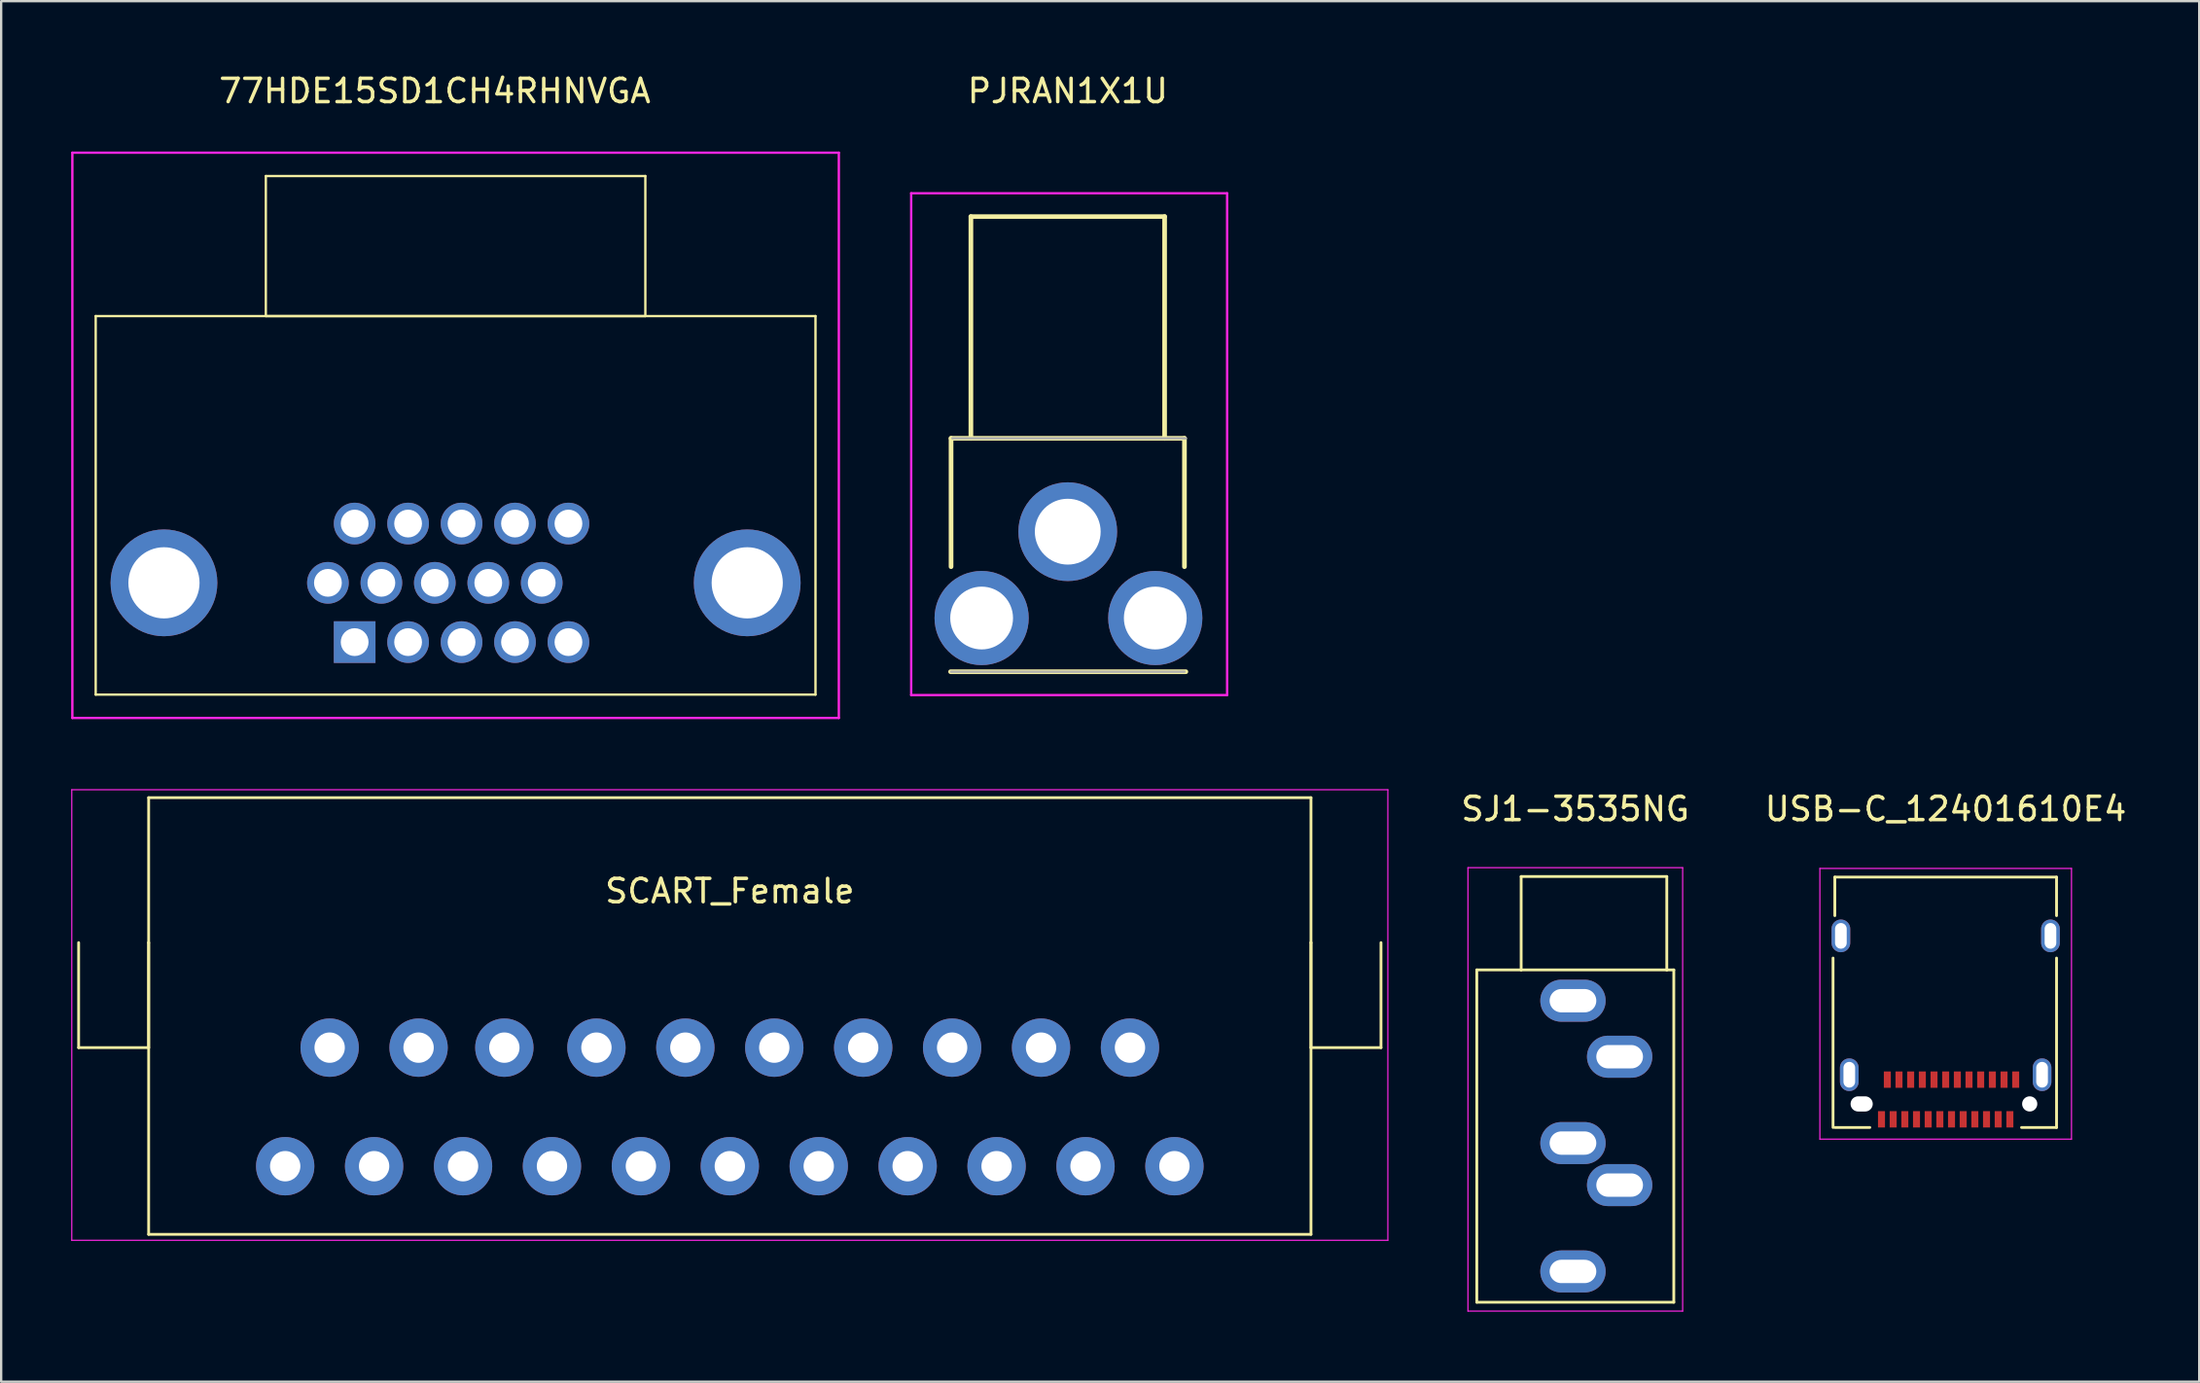
<source format=kicad_pcb>
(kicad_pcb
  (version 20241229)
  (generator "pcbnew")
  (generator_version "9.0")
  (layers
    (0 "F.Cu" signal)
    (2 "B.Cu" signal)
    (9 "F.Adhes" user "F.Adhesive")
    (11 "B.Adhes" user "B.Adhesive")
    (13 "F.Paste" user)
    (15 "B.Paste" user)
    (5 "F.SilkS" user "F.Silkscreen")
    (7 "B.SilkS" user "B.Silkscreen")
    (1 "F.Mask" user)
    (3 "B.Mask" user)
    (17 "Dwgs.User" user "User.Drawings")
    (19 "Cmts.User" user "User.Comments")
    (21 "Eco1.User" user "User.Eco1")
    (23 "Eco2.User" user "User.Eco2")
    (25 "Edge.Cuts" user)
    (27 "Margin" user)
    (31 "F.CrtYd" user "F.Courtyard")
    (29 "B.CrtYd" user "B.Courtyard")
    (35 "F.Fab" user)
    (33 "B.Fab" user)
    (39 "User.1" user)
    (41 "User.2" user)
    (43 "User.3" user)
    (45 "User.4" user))
  (footprint "SCART_Female"
    (layer "F.Cu")
    (at 28.219 41.963)
    (property "Reference" "SCART_Female" (at 0 -6.834 0) (unlocked yes) (layer "F.SilkS") (effects (font (size 1 1) (thickness 0.15))))
    (attr through_hole)
    (fp_line (start -27.9 -0.126) (end -27.9 -4.626) (stroke (width 0.12) (type solid)) (layer "F.SilkS"))
    (fp_line (start -24.9 -10.836) (end 24.9 -10.836) (stroke (width 0.12) (type solid)) (layer "F.SilkS"))
    (fp_line (start -24.9 -4.626) (end -24.9 -10.836) (stroke (width 0.12) (type solid)) (layer "F.SilkS"))
    (fp_line (start -24.9 -4.626) (end -24.9 7.874) (stroke (width 0.12) (type solid)) (layer "F.SilkS"))
    (fp_line (start -24.9 -0.126) (end -27.9 -0.126) (stroke (width 0.12) (type solid)) (layer "F.SilkS"))
    (fp_line (start -24.9 -0.126) (end -24.9 -4.626) (stroke (width 0.12) (type solid)) (layer "F.SilkS"))
    (fp_line (start -24.9 7.874) (end 24.9 7.874) (stroke (width 0.12) (type solid)) (layer "F.SilkS"))
    (fp_line (start 24.9 -4.626) (end 24.9 -10.836) (stroke (width 0.12) (type solid)) (layer "F.SilkS"))
    (fp_line (start 24.9 -4.626) (end 24.9 7.874) (stroke (width 0.12) (type solid)) (layer "F.SilkS"))
    (fp_line (start 24.9 -0.126) (end 24.9 -4.626) (stroke (width 0.12) (type solid)) (layer "F.SilkS"))
    (fp_line (start 27.9 -0.126) (end 24.9 -0.126) (stroke (width 0.12) (type solid)) (layer "F.SilkS"))
    (fp_line (start 27.9 -0.126) (end 27.9 -4.626) (stroke (width 0.12) (type solid)) (layer "F.SilkS"))
    (fp_line (start -28.194 -11.176) (end 28.194 -11.176) (stroke (width 0.05) (type solid)) (layer "F.CrtYd"))
    (fp_line (start -28.194 8.128) (end -28.194 -11.176) (stroke (width 0.05) (type solid)) (layer "F.CrtYd"))
    (fp_line (start 28.194 -11.176) (end 28.194 8.128) (stroke (width 0.05) (type solid)) (layer "F.CrtYd"))
    (fp_line (start 28.194 8.128) (end -28.194 8.128) (stroke (width 0.05) (type solid)) (layer "F.CrtYd"))
    (pad "1" thru_hole circle (at -19.05 4.954) (size 2.5 2.5) (drill 1.3) (layers "*.Cu" "*.Mask"))
    (pad "2" thru_hole circle (at -17.145 -0.126) (size 2.5 2.5) (drill 1.3) (layers "*.Cu" "*.Mask"))
    (pad "3" thru_hole circle (at -15.24 4.954) (size 2.5 2.5) (drill 1.3) (layers "*.Cu" "*.Mask"))
    (pad "4" thru_hole circle (at -13.335 -0.126) (size 2.5 2.5) (drill 1.3) (layers "*.Cu" "*.Mask"))
    (pad "5" thru_hole circle (at -11.43 4.954) (size 2.5 2.5) (drill 1.3) (layers "*.Cu" "*.Mask"))
    (pad "6" thru_hole circle (at -9.66 -0.126) (size 2.5 2.5) (drill 1.3) (layers "*.Cu" "*.Mask"))
    (pad "7" thru_hole circle (at -7.62 4.954) (size 2.5 2.5) (drill 1.3) (layers "*.Cu" "*.Mask"))
    (pad "8" thru_hole circle (at -5.715 -0.126) (size 2.5 2.5) (drill 1.3) (layers "*.Cu" "*.Mask"))
    (pad "9" thru_hole circle (at -3.81 4.954) (size 2.5 2.5) (drill 1.3) (layers "*.Cu" "*.Mask"))
    (pad "10" thru_hole circle (at -1.905 -0.126) (size 2.5 2.5) (drill 1.3) (layers "*.Cu" "*.Mask"))
    (pad "11" thru_hole circle (at 0 4.954) (size 2.5 2.5) (drill 1.3) (layers "*.Cu" "*.Mask"))
    (pad "12" thru_hole circle (at 1.905 -0.126) (size 2.5 2.5) (drill 1.3) (layers "*.Cu" "*.Mask"))
    (pad "13" thru_hole circle (at 3.81 4.954) (size 2.5 2.5) (drill 1.3) (layers "*.Cu" "*.Mask"))
    (pad "14" thru_hole circle (at 5.715 -0.126) (size 2.5 2.5) (drill 1.3) (layers "*.Cu" "*.Mask"))
    (pad "15" thru_hole circle (at 7.62 4.954) (size 2.5 2.5) (drill 1.3) (layers "*.Cu" "*.Mask"))
    (pad "16" thru_hole circle (at 9.525 -0.126) (size 2.5 2.5) (drill 1.3) (layers "*.Cu" "*.Mask"))
    (pad "17" thru_hole circle (at 11.43 4.954) (size 2.5 2.5) (drill 1.3) (layers "*.Cu" "*.Mask"))
    (pad "18" thru_hole circle (at 13.335 -0.126) (size 2.5 2.5) (drill 1.3) (layers "*.Cu" "*.Mask"))
    (pad "19" thru_hole circle (at 15.24 4.954) (size 2.5 2.5) (drill 1.3) (layers "*.Cu" "*.Mask"))
    (pad "20" thru_hole circle (at 17.145 -0.126) (size 2.5 2.5) (drill 1.3) (layers "*.Cu" "*.Mask"))
    (pad "21" thru_hole circle (at 19.05 4.954) (size 2.5 2.5) (drill 1.3) (layers "*.Cu" "*.Mask"))
    (zone (net_name "") (layers "F.Cu" "F.Mask" "B.Cu" "B.Mask" "F.Adhes" "B.Adhes" "F.Paste" "B.Paste") (hatch edge 0.508) (connect_pads) (min_thickness 0.254) (filled_areas_thickness no) (keepout (tracks not_allowed) (vias not_allowed) (pads not_allowed) (copperpour allowed) (footprints allowed)) (placement (enabled no)) (fill) (polygon (pts (xy 3.319 41.837) (xy 0.319 41.837) (xy 0.279 31.041) (xy 3.327 31.041))))
    (zone (net_name "") (layers "F.Cu" "F.Mask" "B.Cu" "B.Mask" "F.Adhes" "B.Adhes" "F.Paste" "B.Paste") (hatch edge 0.508) (connect_pads) (min_thickness 0.254) (filled_areas_thickness no) (keepout (tracks not_allowed) (vias not_allowed) (pads not_allowed) (copperpour allowed) (footprints allowed)) (placement (enabled no)) (fill) (polygon (pts (xy 56.119 41.837) (xy 53.119 41.837) (xy 53.119 31.041) (xy 56.119 31.041)))))
  (footprint "PJRAN1X1U"
    (layer "F.Cu")
    (at 42.698 8.444)
    (property "Reference" "PJRAN1X1U" (at 0 -7.596 0) (unlocked yes) (layer "F.SilkS") (effects (font (size 1 1) (thickness 0.15))))
    (attr through_hole)
    (fp_line (start -5 7.286) (end -5 12.786) (stroke (width 0.2) (type solid)) (layer "F.SilkS"))
    (fp_line (start -4.15 -2.214) (end -4.15 7.286) (stroke (width 0.2) (type solid)) (layer "F.SilkS"))
    (fp_line (start 4.15 -2.214) (end -4.15 -2.214) (stroke (width 0.2) (type solid)) (layer "F.SilkS"))
    (fp_line (start 4.15 7.286) (end 4.15 -2.214) (stroke (width 0.2) (type solid)) (layer "F.SilkS"))
    (fp_line (start 5 7.286) (end -5 7.286) (stroke (width 0.2) (type solid)) (layer "F.SilkS"))
    (fp_line (start 5 12.786) (end 5 7.286) (stroke (width 0.2) (type solid)) (layer "F.SilkS"))
    (fp_line (start 5.06 17.286) (end -5.02 17.286) (stroke (width 0.2) (type solid)) (layer "F.SilkS"))
    (fp_line (start -6.708 -3.214) (end 6.828 -3.214) (stroke (width 0.1) (type solid)) (layer "F.CrtYd"))
    (fp_line (start -6.708 18.286) (end -6.708 -3.214) (stroke (width 0.1) (type solid)) (layer "F.CrtYd"))
    (fp_line (start 6.828 -3.214) (end 6.828 18.286) (stroke (width 0.1) (type solid)) (layer "F.CrtYd"))
    (fp_line (start 6.828 18.286) (end -6.708 18.286) (stroke (width 0.1) (type solid)) (layer "F.CrtYd"))
    (fp_line (start -4.94 7.286) (end 5.06 7.286) (stroke (width 0.1) (type solid)) (layer "F.Fab"))
    (fp_line (start 5 17.286) (end -5 17.286) (stroke (width 0.1) (type solid)) (layer "F.Fab"))
    (pad "1" thru_hole circle (at 3.75 14.986 180) (size 4.035 4.035) (drill 2.69) (layers "*.Cu" "*.Mask"))
    (pad "2" thru_hole circle (at 0 11.286 180) (size 4.23 4.23) (drill 2.82) (layers "*.Cu" "*.Mask"))
    (pad "3" thru_hole circle (at -3.69 14.986 180) (size 4.035 4.035) (drill 2.69) (layers "*.Cu" "*.Mask")))
  (footprint "77HDE15SD1CH4RHNVGA"
    (layer "F.Cu")
    (at 15.58 16.08)
    (property "Reference" "77HDE15SD1CH4RHNVGA" (at 0 -15.232 0) (unlocked yes) (layer "F.SilkS") (effects (font (size 1 1) (thickness 0.15))))
    (attr through_hole)
    (fp_line (start -14.53 -5.588) (end -14.53 10.632) (stroke (width 0.1) (type solid)) (layer "F.SilkS"))
    (fp_line (start -14.53 10.632) (end 16.31 10.632) (stroke (width 0.1) (type solid)) (layer "F.SilkS"))
    (fp_line (start -7.24 -11.588) (end 9.02 -11.588) (stroke (width 0.1) (type solid)) (layer "F.SilkS"))
    (fp_line (start -7.24 -5.588) (end -7.24 -11.588) (stroke (width 0.1) (type solid)) (layer "F.SilkS"))
    (fp_line (start 9.02 -11.588) (end 9.02 -5.588) (stroke (width 0.1) (type solid)) (layer "F.SilkS"))
    (fp_line (start 9.02 -5.588) (end -7.24 -5.588) (stroke (width 0.1) (type solid)) (layer "F.SilkS"))
    (fp_line (start 16.31 -5.588) (end -14.53 -5.588) (stroke (width 0.1) (type solid)) (layer "F.SilkS"))
    (fp_line (start 16.31 10.632) (end 16.31 -5.588) (stroke (width 0.1) (type solid)) (layer "F.SilkS"))
    (fp_line (start -15.53 -12.588) (end -15.53 11.632) (stroke (width 0.1) (type solid)) (layer "F.CrtYd"))
    (fp_line (start -15.53 11.632) (end 17.31 11.632) (stroke (width 0.1) (type solid)) (layer "F.CrtYd"))
    (fp_line (start 17.31 -12.588) (end -15.53 -12.588) (stroke (width 0.1) (type solid)) (layer "F.CrtYd"))
    (fp_line (start 17.31 11.632) (end 17.31 -12.588) (stroke (width 0.1) (type solid)) (layer "F.CrtYd"))
    (pad "0" thru_hole circle (at -11.605 5.842 180) (size 4.575 4.575) (drill 3.05) (layers "*.Cu" "*.Mask"))
    (pad "0" thru_hole circle (at 13.385 5.842 180) (size 4.575 4.575) (drill 3.05) (layers "*.Cu" "*.Mask"))
    (pad "1" thru_hole rect (at -3.435 8.382 180) (size 1.785 1.785) (drill 1.19) (layers "*.Cu" "*.Mask"))
    (pad "2" thru_hole circle (at -1.145 8.382 180) (size 1.785 1.785) (drill 1.19) (layers "*.Cu" "*.Mask"))
    (pad "3" thru_hole circle (at 1.145 8.382 180) (size 1.785 1.785) (drill 1.19) (layers "*.Cu" "*.Mask"))
    (pad "4" thru_hole circle (at 3.435 8.382 180) (size 1.785 1.785) (drill 1.19) (layers "*.Cu" "*.Mask"))
    (pad "5" thru_hole circle (at 5.725 8.382 180) (size 1.785 1.785) (drill 1.19) (layers "*.Cu" "*.Mask"))
    (pad "6" thru_hole circle (at -4.58 5.842 180) (size 1.785 1.785) (drill 1.19) (layers "*.Cu" "*.Mask"))
    (pad "7" thru_hole circle (at -2.29 5.842 180) (size 1.785 1.785) (drill 1.19) (layers "*.Cu" "*.Mask"))
    (pad "8" thru_hole circle (at 0 5.842 180) (size 1.785 1.785) (drill 1.19) (layers "*.Cu" "*.Mask"))
    (pad "9" thru_hole circle (at 2.29 5.842 180) (size 1.785 1.785) (drill 1.19) (layers "*.Cu" "*.Mask"))
    (pad "10" thru_hole circle (at 4.58 5.842 180) (size 1.785 1.785) (drill 1.19) (layers "*.Cu" "*.Mask"))
    (pad "11" thru_hole circle (at -3.435 3.302 180) (size 1.785 1.785) (drill 1.19) (layers "*.Cu" "*.Mask"))
    (pad "12" thru_hole circle (at -1.145 3.302 180) (size 1.785 1.785) (drill 1.19) (layers "*.Cu" "*.Mask"))
    (pad "13" thru_hole circle (at 1.145 3.302 180) (size 1.785 1.785) (drill 1.19) (layers "*.Cu" "*.Mask"))
    (pad "14" thru_hole circle (at 3.435 3.302 180) (size 1.785 1.785) (drill 1.19) (layers "*.Cu" "*.Mask"))
    (pad "15" thru_hole circle (at 5.725 3.302 180) (size 1.785 1.785) (drill 1.19) (layers "*.Cu" "*.Mask")))
  (footprint "SJ1-3535NG"
    (layer "F.Cu")
    (at 64.444 44.286)
    (property "Reference" "SJ1-3535NG" (at 0 -12.676 0) (unlocked yes) (layer "F.SilkS") (effects (font (size 1 1) (thickness 0.15))))
    (attr through_hole)
    (fp_line (start -4.22 -5.78) (end -2.32 -5.78) (stroke (width 0.12) (type solid)) (layer "F.SilkS"))
    (fp_line (start -4.22 8.46) (end -4.22 -5.78) (stroke (width 0.12) (type solid)) (layer "F.SilkS"))
    (fp_line (start -2.32 -9.78) (end 3.92 -9.78) (stroke (width 0.12) (type solid)) (layer "F.SilkS"))
    (fp_line (start -2.32 -5.78) (end -2.32 -9.78) (stroke (width 0.12) (type solid)) (layer "F.SilkS"))
    (fp_line (start -2.32 -5.78) (end 3.92 -5.78) (stroke (width 0.12) (type solid)) (layer "F.SilkS"))
    (fp_line (start 3.92 -9.78) (end 3.92 -5.78) (stroke (width 0.12) (type solid)) (layer "F.SilkS"))
    (fp_line (start 3.92 -5.78) (end 4.22 -5.78) (stroke (width 0.12) (type solid)) (layer "F.SilkS"))
    (fp_line (start 4.22 -5.78) (end 4.22 8.46) (stroke (width 0.12) (type solid)) (layer "F.SilkS"))
    (fp_line (start 4.22 8.46) (end -4.22 8.46) (stroke (width 0.12) (type solid)) (layer "F.SilkS"))
    (fp_line (start -4.6 -10.16) (end -4.6 8.84) (stroke (width 0.05) (type solid)) (layer "F.CrtYd"))
    (fp_line (start -4.6 8.84) (end 4.6 8.84) (stroke (width 0.05) (type solid)) (layer "F.CrtYd"))
    (fp_line (start 4.6 -10.16) (end -4.6 -10.16) (stroke (width 0.05) (type solid)) (layer "F.CrtYd"))
    (fp_line (start 4.6 8.84) (end 4.6 -10.16) (stroke (width 0.05) (type solid)) (layer "F.CrtYd"))
    (pad "1" thru_hole oval (at -0.1 -4.46) (size 2.8 1.8) (drill oval 2 1) (layers "*.Cu" "*.Mask"))
    (pad "2" thru_hole oval (at 1.9 -2.06) (size 2.8 1.8) (drill oval 2 1) (layers "*.Cu" "*.Mask"))
    (pad "3" thru_hole oval (at -0.1 1.64) (size 2.8 1.8) (drill oval 2 1) (layers "*.Cu" "*.Mask"))
    (pad "4" thru_hole oval (at 1.9 3.44) (size 2.8 1.8) (drill oval 2 1) (layers "*.Cu" "*.Mask"))
    (pad "5" thru_hole oval (at -0.1 7.14) (size 2.8 1.8) (drill oval 2 1) (layers "*.Cu" "*.Mask")))
  (footprint "USB-C_12401610E4"
    (layer "F.Cu")
    (at 80.313 39.484)
    (property "Reference" "USB-C_12401610E4" (at 0 -7.874 0) (unlocked yes) (layer "F.SilkS") (effects (font (size 1 1) (thickness 0.15))))
    (attr smd)
    (fp_line (start -4.826 5.774) (end -4.826 -1.486) (stroke (width 0.12) (type solid)) (layer "F.SilkS"))
    (fp_line (start -4.75 -3.302) (end -4.75 -4.953) (stroke (width 0.12) (type solid)) (layer "F.SilkS"))
    (fp_line (start -3.25 5.774) (end -4.75 5.774) (stroke (width 0.12) (type solid)) (layer "F.SilkS"))
    (fp_line (start 4.75 -4.953) (end -4.75 -4.953) (stroke (width 0.12) (type solid)) (layer "F.SilkS"))
    (fp_line (start 4.75 -3.302) (end 4.75 -4.953) (stroke (width 0.12) (type solid)) (layer "F.SilkS"))
    (fp_line (start 4.75 5.774) (end 3.25 5.774) (stroke (width 0.12) (type solid)) (layer "F.SilkS"))
    (fp_line (start 4.75 5.774) (end 4.75 -1.486) (stroke (width 0.12) (type solid)) (layer "F.SilkS"))
    (fp_line (start -5.39 -5.326) (end 5.39 -5.326) (stroke (width 0.05) (type solid)) (layer "F.CrtYd"))
    (fp_line (start -5.39 6.274) (end -5.39 -5.326) (stroke (width 0.05) (type solid)) (layer "F.CrtYd"))
    (fp_line (start 5.39 -5.326) (end 5.39 6.274) (stroke (width 0.05) (type solid)) (layer "F.CrtYd"))
    (fp_line (start 5.39 6.274) (end -5.39 6.274) (stroke (width 0.05) (type solid)) (layer "F.CrtYd"))
    (pad "" np_thru_hole oval (at -3.6 4.764 180) (size 0.95 0.65) (drill oval 0.95 0.65) (layers "*.Cu" "*.Mask"))
    (pad "" np_thru_hole circle (at 3.6 4.764 180) (size 0.65 0.65) (drill 0.65) (layers "*.Cu" "*.Mask"))
    (pad "A1" smd rect (at 2.75 5.424 180) (size 0.3 0.7) (layers "F.Cu" "F.Mask" "F.Paste"))
    (pad "A2" smd rect (at 2.25 5.424 180) (size 0.3 0.7) (layers "F.Cu" "F.Mask" "F.Paste"))
    (pad "A3" smd rect (at 1.75 5.424 180) (size 0.3 0.7) (layers "F.Cu" "F.Mask" "F.Paste"))
    (pad "A4" smd rect (at 1.25 5.424 180) (size 0.3 0.7) (layers "F.Cu" "F.Mask" "F.Paste"))
    (pad "A5" smd rect (at 0.75 5.424 180) (size 0.3 0.7) (layers "F.Cu" "F.Mask" "F.Paste"))
    (pad "A6" smd rect (at 0.25 5.424 180) (size 0.3 0.7) (layers "F.Cu" "F.Mask" "F.Paste"))
    (pad "A7" smd rect (at -0.25 5.424 180) (size 0.3 0.7) (layers "F.Cu" "F.Mask" "F.Paste"))
    (pad "A8" smd rect (at -0.75 5.424 180) (size 0.3 0.7) (layers "F.Cu" "F.Mask" "F.Paste"))
    (pad "A9" smd rect (at -1.25 5.424 180) (size 0.3 0.7) (layers "F.Cu" "F.Mask" "F.Paste"))
    (pad "A10" smd rect (at -1.75 5.424 180) (size 0.3 0.7) (layers "F.Cu" "F.Mask" "F.Paste"))
    (pad "A11" smd rect (at -2.25 5.424 180) (size 0.3 0.7) (layers "F.Cu" "F.Mask" "F.Paste"))
    (pad "A12" smd rect (at -2.75 5.424 180) (size 0.3 0.7) (layers "F.Cu" "F.Mask" "F.Paste"))
    (pad "B1" smd rect (at -2.5 3.724 180) (size 0.3 0.7) (layers "F.Cu" "F.Mask" "F.Paste"))
    (pad "B2" smd rect (at -2 3.724 180) (size 0.3 0.7) (layers "F.Cu" "F.Mask" "F.Paste"))
    (pad "B3" smd rect (at -1.5 3.724 180) (size 0.3 0.7) (layers "F.Cu" "F.Mask" "F.Paste"))
    (pad "B4" smd rect (at -1 3.724 180) (size 0.3 0.7) (layers "F.Cu" "F.Mask" "F.Paste"))
    (pad "B5" smd rect (at -0.5 3.724 180) (size 0.3 0.7) (layers "F.Cu" "F.Mask" "F.Paste"))
    (pad "B6" smd rect (at 0 3.724 180) (size 0.3 0.7) (layers "F.Cu" "F.Mask" "F.Paste"))
    (pad "B7" smd rect (at 0.5 3.724 180) (size 0.3 0.7) (layers "F.Cu" "F.Mask" "F.Paste"))
    (pad "B8" smd rect (at 1 3.724 180) (size 0.3 0.7) (layers "F.Cu" "F.Mask" "F.Paste"))
    (pad "B9" smd rect (at 1.5 3.724 180) (size 0.3 0.7) (layers "F.Cu" "F.Mask" "F.Paste"))
    (pad "B10" smd rect (at 2 3.724 180) (size 0.3 0.7) (layers "F.Cu" "F.Mask" "F.Paste"))
    (pad "B11" smd rect (at 2.5 3.724 180) (size 0.3 0.7) (layers "F.Cu" "F.Mask" "F.Paste"))
    (pad "B12" smd rect (at 3 3.724 180) (size 0.3 0.7) (layers "F.Cu" "F.Mask" "F.Paste"))
    (pad "S1" thru_hole oval (at -4.49 -2.436 180) (size 0.8 1.4) (drill oval 0.5 1.1) (layers "*.Cu" "*.Mask"))
    (pad "S1" thru_hole oval (at -4.13 3.514 180) (size 0.8 1.4) (drill oval 0.5 1.1) (layers "*.Cu" "*.Mask"))
    (pad "S1" thru_hole oval (at 4.13 3.514 180) (size 0.8 1.4) (drill oval 0.5 1.1) (layers "*.Cu" "*.Mask"))
    (pad "S1" thru_hole oval (at 4.49 -2.436 180) (size 0.8 1.4) (drill oval 0.5 1.1) (layers "*.Cu" "*.Mask")))
  (gr_rect
    (start -3 -3)
    (end 91.176 56.151)
    (stroke (width 0.1) (type default))
    (fill no)
    (layer "Edge.Cuts")))
</source>
